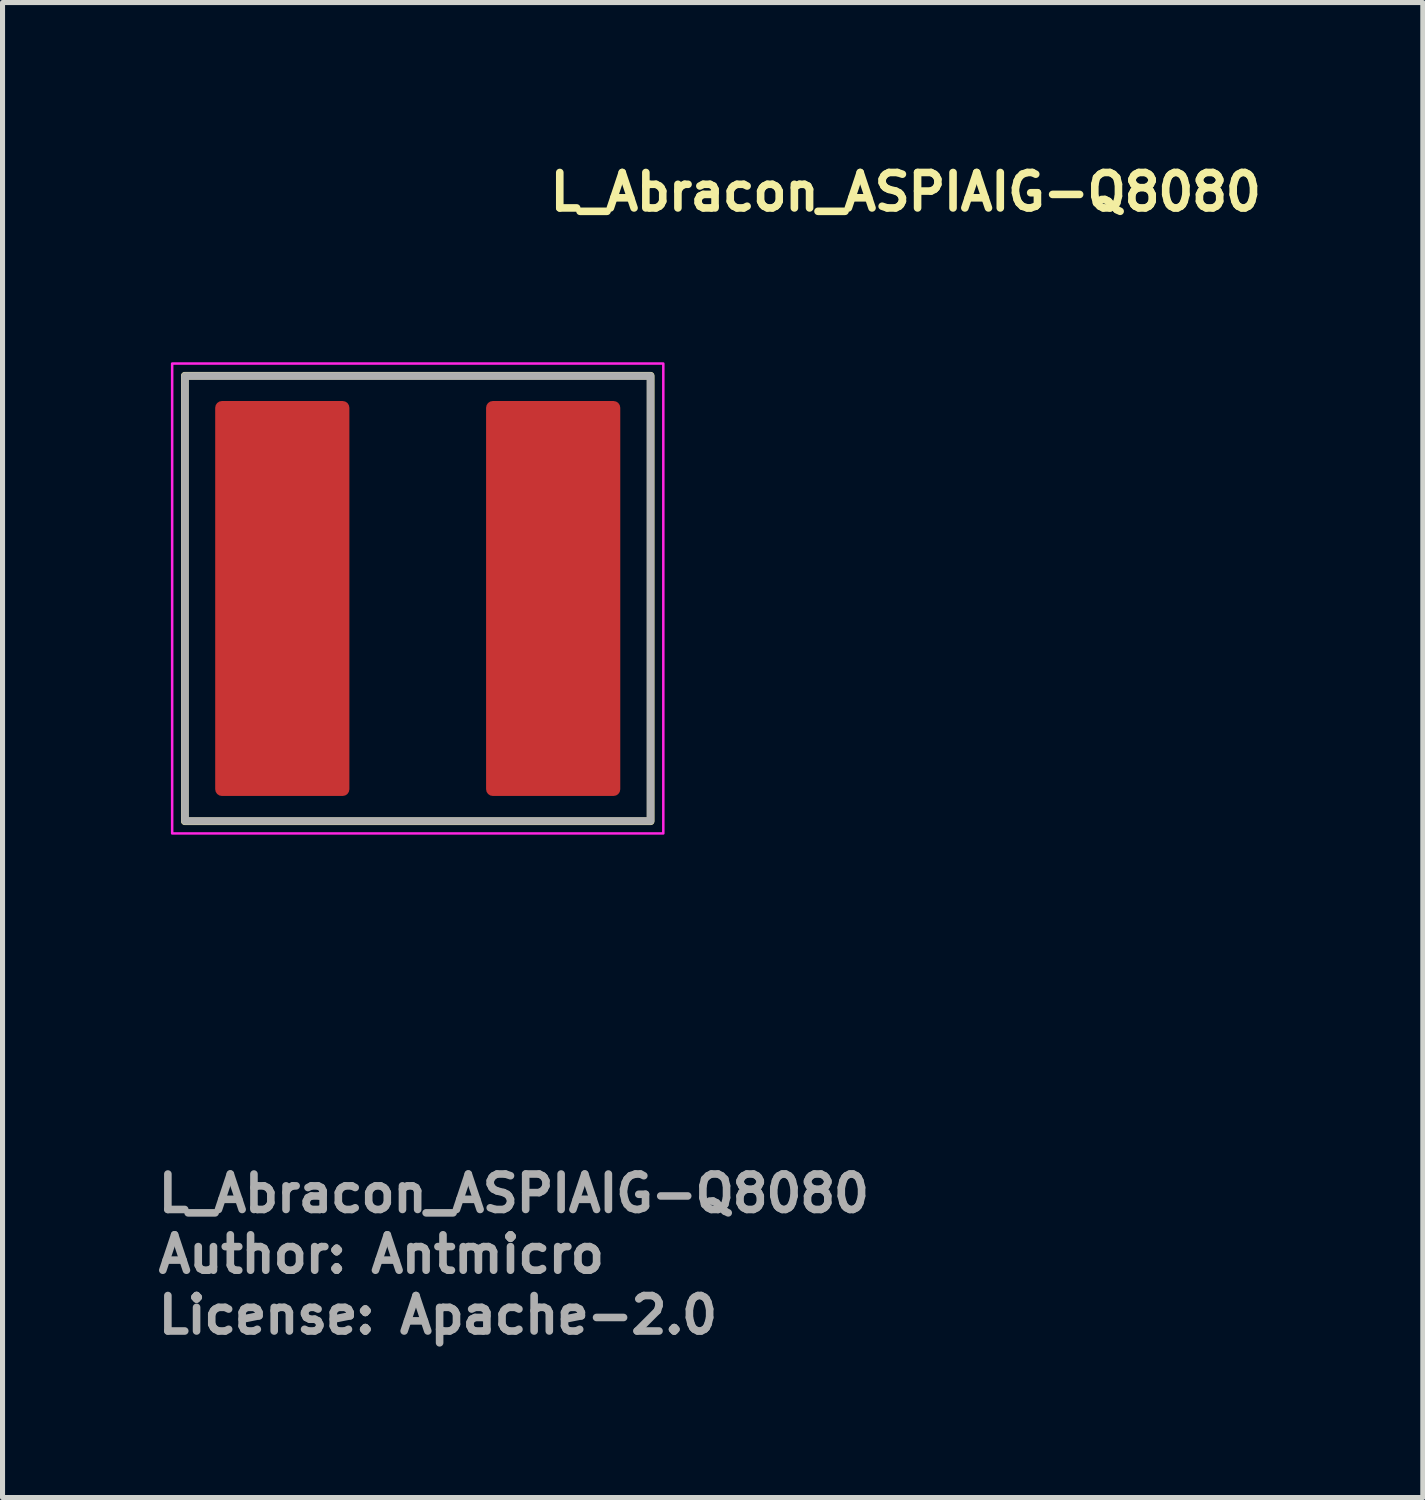
<source format=kicad_pcb>
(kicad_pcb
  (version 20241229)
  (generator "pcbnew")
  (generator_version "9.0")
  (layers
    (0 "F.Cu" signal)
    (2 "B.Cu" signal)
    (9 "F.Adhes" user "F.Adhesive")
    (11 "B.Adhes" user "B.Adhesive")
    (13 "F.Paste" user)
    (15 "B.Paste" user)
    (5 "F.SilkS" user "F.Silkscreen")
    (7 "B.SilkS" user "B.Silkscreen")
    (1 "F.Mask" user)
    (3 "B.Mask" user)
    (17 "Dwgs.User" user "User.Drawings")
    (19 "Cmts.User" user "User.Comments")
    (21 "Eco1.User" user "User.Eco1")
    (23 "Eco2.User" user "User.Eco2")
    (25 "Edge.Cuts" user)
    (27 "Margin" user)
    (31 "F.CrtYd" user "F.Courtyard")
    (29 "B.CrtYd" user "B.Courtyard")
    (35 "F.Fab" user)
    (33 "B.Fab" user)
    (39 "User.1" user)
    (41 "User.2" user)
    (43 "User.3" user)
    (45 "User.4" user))
  (footprint "L_Abracon_ASPIAIG-Q8080"
    (layer "F.Cu")
    (at 5.2 8.77)
    (property "Reference" "L_Abracon_ASPIAIG-Q8080" (at 2.54 -7.62 0) (unlocked yes) (layer "F.SilkS") (effects (font (size 0.7 0.7) (thickness 0.15)) (justify left bottom)))
    (attr smd)
    (fp_rect (start -4.6 -4.4) (end 4.6 4.4) (stroke (width 0.15) (type default)) (fill no) (layer "F.SilkS"))
    (fp_rect (start -4.85 -4.64) (end 4.85 4.64) (stroke (width 0.05) (type solid)) (fill no) (layer "F.CrtYd"))
    (fp_rect (start -4.597 -4.394) (end 4.597 4.394) (stroke (width 0.15) (type default)) (fill no) (layer "F.Fab"))
    (fp_rect (start -4.597 -4.394) (end 4.597 4.394) (stroke (width 0.1) (type solid)) (fill no) (layer "User.5"))
    (fp_line (start -4.597 -4.394) (end -4.597 4.394) (stroke (width 0.02) (type solid)) (layer "User.9"))
    (fp_line (start -4.597 4.394) (end 4.597 4.394) (stroke (width 0.02) (type solid)) (layer "User.9"))
    (fp_line (start -3.908 0) (end -3.904 0.042) (stroke (width 0.02) (type solid)) (layer "User.9"))
    (fp_line (start -3.904 -0.042) (end -3.908 0) (stroke (width 0.02) (type solid)) (layer "User.9"))
    (fp_line (start -3.904 0.042) (end -3.892 0.083) (stroke (width 0.02) (type solid)) (layer "User.9"))
    (fp_line (start -3.892 -0.083) (end -3.904 -0.042) (stroke (width 0.02) (type solid)) (layer "User.9"))
    (fp_line (start -3.892 0.083) (end -3.873 0.121) (stroke (width 0.02) (type solid)) (layer "User.9"))
    (fp_line (start -3.873 -0.121) (end -3.892 -0.083) (stroke (width 0.02) (type solid)) (layer "User.9"))
    (fp_line (start -3.873 0.121) (end -3.848 0.155) (stroke (width 0.02) (type solid)) (layer "User.9"))
    (fp_line (start -3.848 -0.155) (end -3.873 -0.121) (stroke (width 0.02) (type solid)) (layer "User.9"))
    (fp_line (start -3.848 0.155) (end -3.817 0.183) (stroke (width 0.02) (type solid)) (layer "User.9"))
    (fp_line (start -3.817 -0.183) (end -3.848 -0.155) (stroke (width 0.02) (type solid)) (layer "User.9"))
    (fp_line (start -3.817 0.183) (end -3.78 0.206) (stroke (width 0.02) (type solid)) (layer "User.9"))
    (fp_line (start -3.78 -0.206) (end -3.817 -0.183) (stroke (width 0.02) (type solid)) (layer "User.9"))
    (fp_line (start -3.78 0.206) (end -3.741 0.221) (stroke (width 0.02) (type solid)) (layer "User.9"))
    (fp_line (start -3.741 -0.221) (end -3.78 -0.206) (stroke (width 0.02) (type solid)) (layer "User.9"))
    (fp_line (start -3.741 0.221) (end -3.699 0.229) (stroke (width 0.02) (type solid)) (layer "User.9"))
    (fp_line (start -3.699 -0.229) (end -3.741 -0.221) (stroke (width 0.02) (type solid)) (layer "User.9"))
    (fp_line (start -3.699 0.229) (end -3.657 0.229) (stroke (width 0.02) (type solid)) (layer "User.9"))
    (fp_line (start -3.657 -0.229) (end -3.699 -0.229) (stroke (width 0.02) (type solid)) (layer "User.9"))
    (fp_line (start -3.657 0.229) (end -3.615 0.221) (stroke (width 0.02) (type solid)) (layer "User.9"))
    (fp_line (start -3.615 -0.221) (end -3.657 -0.229) (stroke (width 0.02) (type solid)) (layer "User.9"))
    (fp_line (start -3.615 0.221) (end -3.576 0.206) (stroke (width 0.02) (type solid)) (layer "User.9"))
    (fp_line (start -3.576 -0.206) (end -3.615 -0.221) (stroke (width 0.02) (type solid)) (layer "User.9"))
    (fp_line (start -3.576 0.206) (end -3.539 0.183) (stroke (width 0.02) (type solid)) (layer "User.9"))
    (fp_line (start -3.539 -0.183) (end -3.576 -0.206) (stroke (width 0.02) (type solid)) (layer "User.9"))
    (fp_line (start -3.539 0.183) (end -3.508 0.155) (stroke (width 0.02) (type solid)) (layer "User.9"))
    (fp_line (start -3.508 -0.155) (end -3.539 -0.183) (stroke (width 0.02) (type solid)) (layer "User.9"))
    (fp_line (start -3.508 0.155) (end -3.483 0.121) (stroke (width 0.02) (type solid)) (layer "User.9"))
    (fp_line (start -3.483 -0.121) (end -3.508 -0.155) (stroke (width 0.02) (type solid)) (layer "User.9"))
    (fp_line (start -3.483 0.121) (end -3.464 0.083) (stroke (width 0.02) (type solid)) (layer "User.9"))
    (fp_line (start -3.464 -0.083) (end -3.483 -0.121) (stroke (width 0.02) (type solid)) (layer "User.9"))
    (fp_line (start -3.464 0.083) (end -3.452 0.042) (stroke (width 0.02) (type solid)) (layer "User.9"))
    (fp_line (start -3.452 -0.042) (end -3.464 -0.083) (stroke (width 0.02) (type solid)) (layer "User.9"))
    (fp_line (start -3.452 0.042) (end -3.448 0) (stroke (width 0.02) (type solid)) (layer "User.9"))
    (fp_line (start -3.448 0) (end -3.452 -0.042) (stroke (width 0.02) (type solid)) (layer "User.9"))
    (fp_line (start 4.597 -4.394) (end -4.597 -4.394) (stroke (width 0.02) (type solid)) (layer "User.9"))
    (fp_line (start 4.597 4.394) (end 4.597 -4.394) (stroke (width 0.02) (type solid)) (layer "User.9"))
    (fp_text user "License: Apache-2.0" (at -5.2 14.56 0) (layer "F.Fab") (effects (font (size 0.7 0.7) (thickness 0.15)) (justify left bottom)))
    (fp_text user "Author: Antmicro" (at -5.2 13.36 0) (layer "F.Fab") (effects (font (size 0.7 0.7) (thickness 0.15)) (justify left bottom)))
    (fp_text user "${REFERENCE}" (at -5.2 12.16 0) (unlocked yes) (layer "F.Fab") (effects (font (size 0.7 0.7) (thickness 0.15)) (justify left bottom)))
    (pad "1" smd roundrect (at -2.675 0) (size 2.65 7.8) (layers "F.Cu" "F.Mask" "F.Paste") (roundrect_rratio 0.05))
    (pad "2" smd roundrect (at 2.675 0) (size 2.65 7.8) (layers "F.Cu" "F.Mask" "F.Paste") (roundrect_rratio 0.05)))
  (gr_rect
    (start -3 -3)
    (end 25.05 26.526)
    (stroke (width 0.1) (type default))
    (fill no)
    (layer "Edge.Cuts")))
</source>
